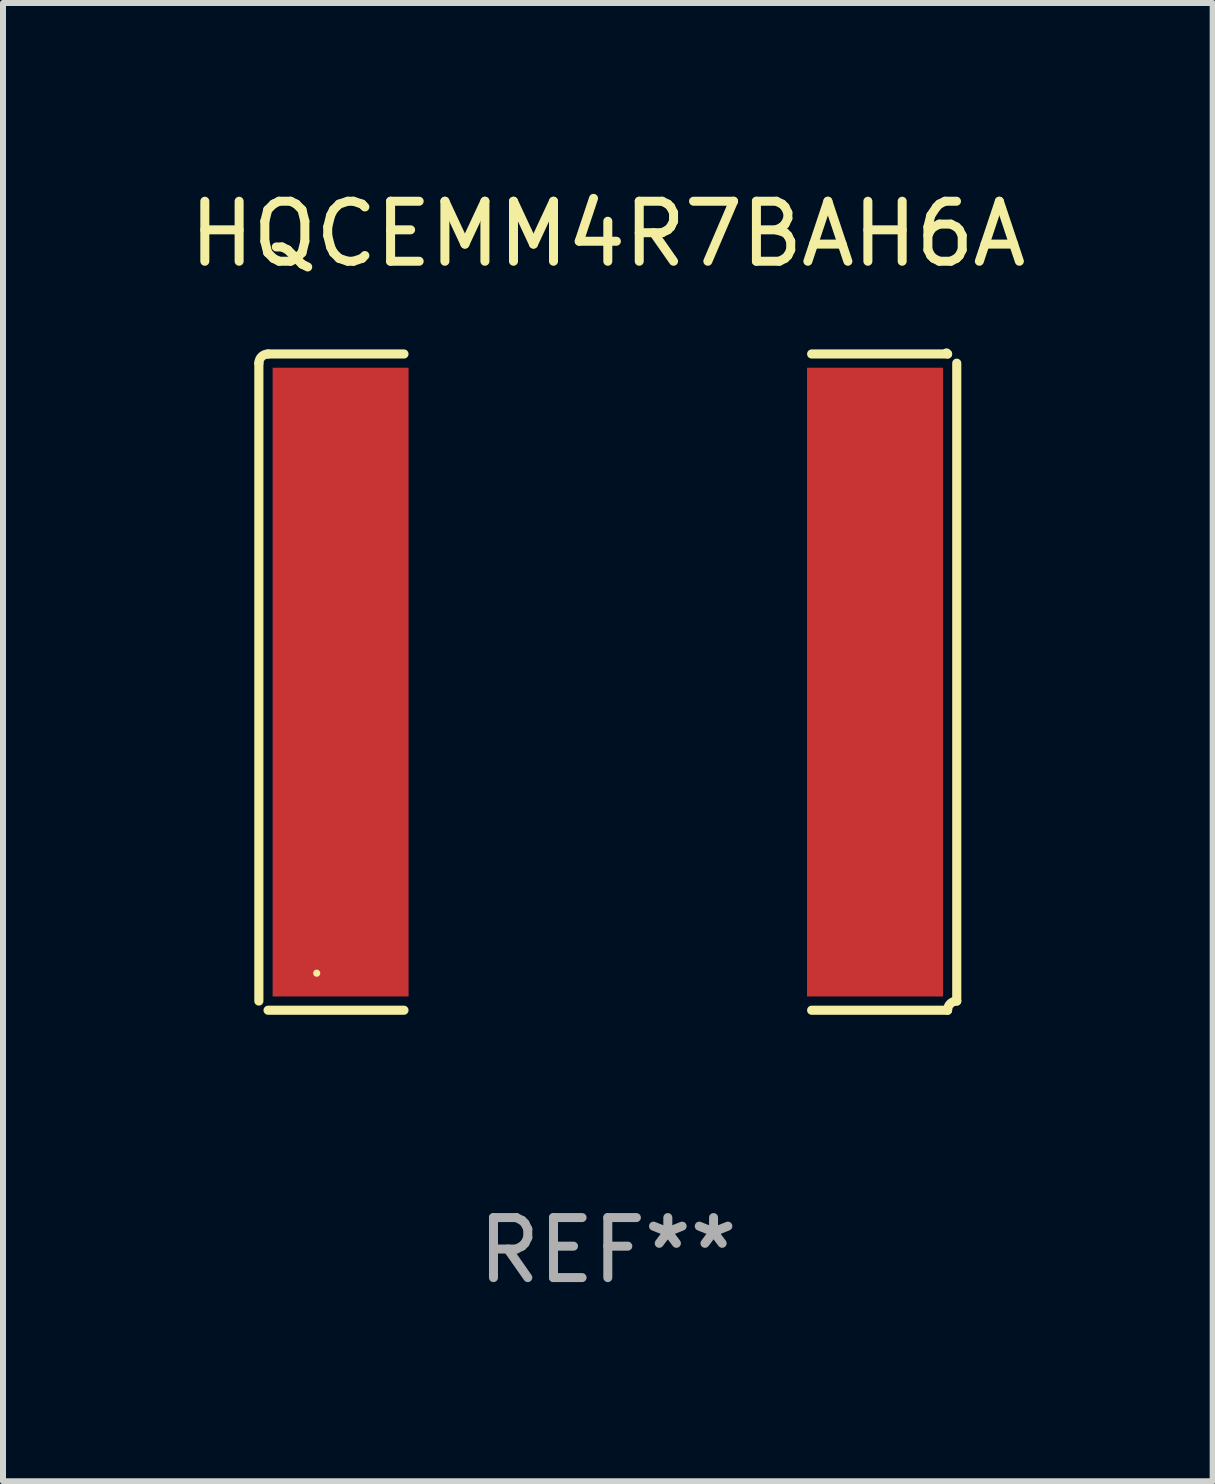
<source format=kicad_pcb>
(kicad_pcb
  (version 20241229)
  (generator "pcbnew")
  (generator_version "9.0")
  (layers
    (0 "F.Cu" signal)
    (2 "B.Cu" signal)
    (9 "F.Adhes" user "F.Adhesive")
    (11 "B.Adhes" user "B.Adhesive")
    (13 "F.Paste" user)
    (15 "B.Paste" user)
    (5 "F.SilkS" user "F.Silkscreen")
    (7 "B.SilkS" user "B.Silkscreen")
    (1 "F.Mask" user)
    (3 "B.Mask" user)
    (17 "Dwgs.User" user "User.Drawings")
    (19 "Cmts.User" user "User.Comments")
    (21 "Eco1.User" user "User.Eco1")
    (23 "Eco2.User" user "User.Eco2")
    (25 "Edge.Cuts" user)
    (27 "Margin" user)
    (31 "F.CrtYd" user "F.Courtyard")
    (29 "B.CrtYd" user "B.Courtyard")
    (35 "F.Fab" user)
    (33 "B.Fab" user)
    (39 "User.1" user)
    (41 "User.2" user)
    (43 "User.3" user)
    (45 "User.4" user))
  (footprint "HQCEMM4R7BAH6A"
    (layer "F.Cu")
    (at 7.077 8.315)
    (property "Reference" "HQCEMM4R7BAH6A" (at 0 -7.467 0) (layer "F.SilkS") (effects (font (size 1 1) (thickness 0.15))))
    (attr through_hole)
    (fp_line (start -5.814 -5.314) (end -5.814 5.314) (stroke (width 0.152) (type solid)) (layer "F.SilkS"))
    (fp_line (start -5.661 5.467) (end -3.396 5.467) (stroke (width 0.152) (type solid)) (layer "F.SilkS"))
    (fp_line (start -3.396 -5.467) (end -5.661 -5.467) (stroke (width 0.152) (type solid)) (layer "F.SilkS"))
    (fp_line (start 3.396 -5.467) (end 5.661 -5.467) (stroke (width 0.152) (type solid)) (layer "F.SilkS"))
    (fp_line (start 5.661 5.467) (end 3.396 5.467) (stroke (width 0.152) (type solid)) (layer "F.SilkS"))
    (fp_line (start 5.814 -5.314) (end 5.814 5.314) (stroke (width 0.152) (type solid)) (layer "F.SilkS"))
    (fp_arc (start -5.813599 -5.314201) (mid -5.768962 -5.421963) (end -5.661199 -5.466599) (stroke (width 0.1524) (type solid)) (layer "F.SilkS"))
    (fp_arc (start -5.813599 5.314201) (mid -5.804682 5.323116) (end -5.795765 5.332031) (stroke (width 0.1524) (type solid)) (layer "F.SilkS"))
    (fp_arc (start 5.661199 -5.466599) (mid 5.652283 -5.475515) (end 5.643366 -5.48443) (stroke (width 0.1524) (type solid)) (layer "F.SilkS"))
    (fp_arc (start 5.661199 5.466599) (mid 5.705836 5.358837) (end 5.813599 5.314201) (stroke (width 0.1524) (type solid)) (layer "F.SilkS"))
    (fp_circle (center -4.85 4.85) (end -4.82 4.85) (stroke (width 0.06) (type solid)) (fill no) (layer "F.SilkS"))
    (fp_text user "REF**" (at 0 9.467 0) (layer "F.Fab") (effects (font (size 1 1) (thickness 0.15))))
    (pad "1" smd rect (at -4.452 0) (size 2.265 10.476) (layers "F.Cu" "F.Mask" "F.Paste"))
    (pad "2" smd rect (at 4.452 0) (size 2.265 10.476) (layers "F.Cu" "F.Mask" "F.Paste")))
  (gr_rect
    (start -3 -3)
    (end 17.155 21.63)
    (stroke (width 0.1) (type default))
    (fill no)
    (layer "Edge.Cuts")))
</source>
